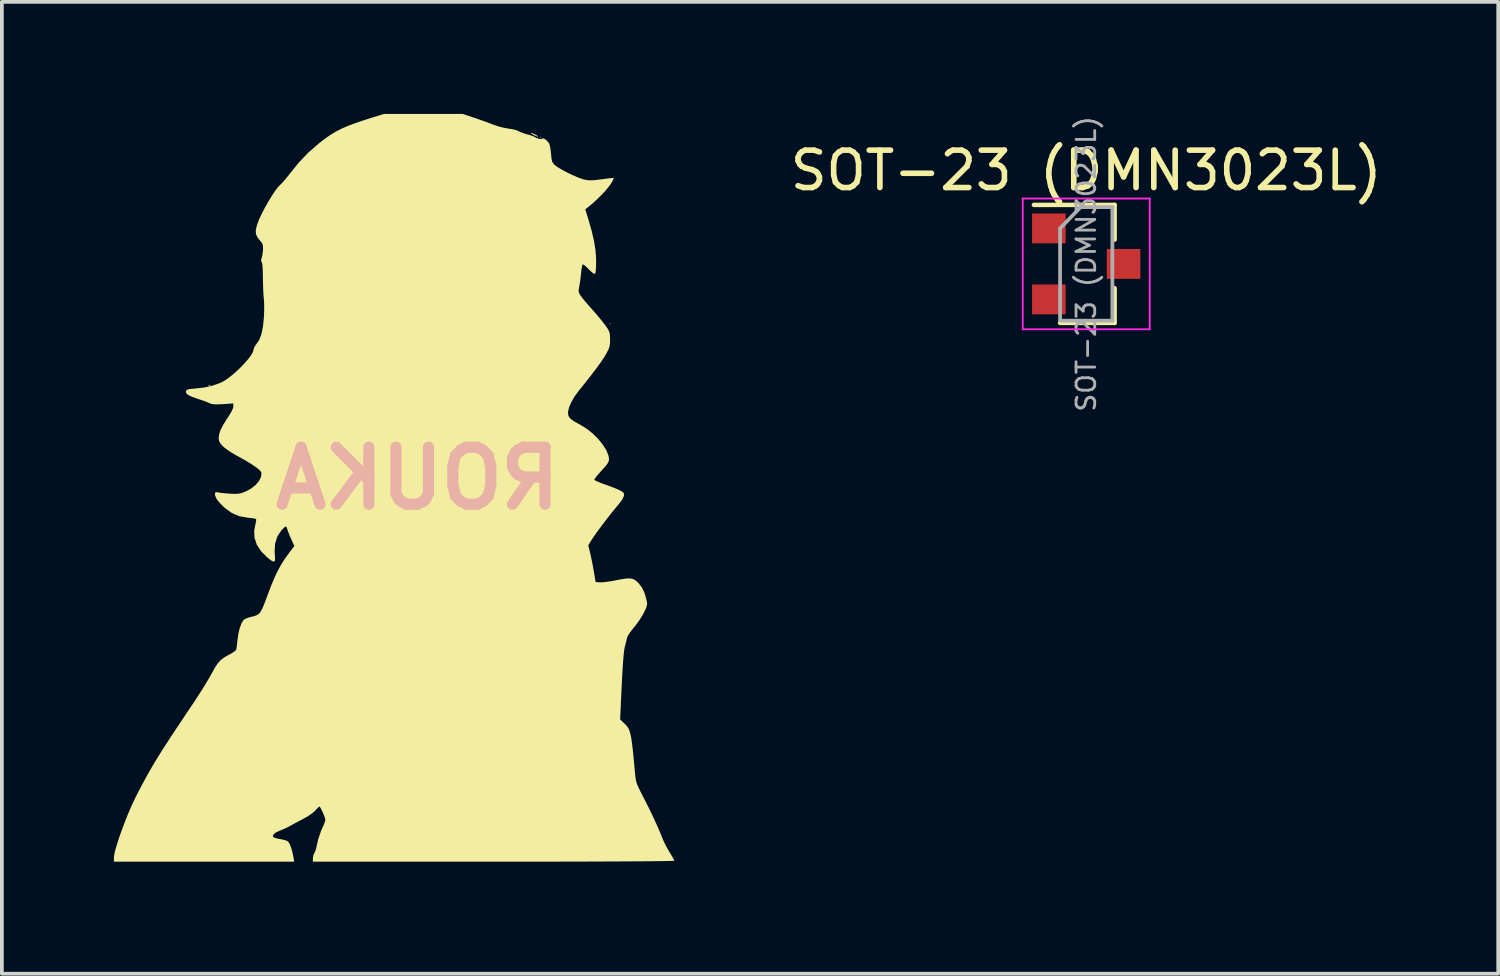
<source format=kicad_pcb>
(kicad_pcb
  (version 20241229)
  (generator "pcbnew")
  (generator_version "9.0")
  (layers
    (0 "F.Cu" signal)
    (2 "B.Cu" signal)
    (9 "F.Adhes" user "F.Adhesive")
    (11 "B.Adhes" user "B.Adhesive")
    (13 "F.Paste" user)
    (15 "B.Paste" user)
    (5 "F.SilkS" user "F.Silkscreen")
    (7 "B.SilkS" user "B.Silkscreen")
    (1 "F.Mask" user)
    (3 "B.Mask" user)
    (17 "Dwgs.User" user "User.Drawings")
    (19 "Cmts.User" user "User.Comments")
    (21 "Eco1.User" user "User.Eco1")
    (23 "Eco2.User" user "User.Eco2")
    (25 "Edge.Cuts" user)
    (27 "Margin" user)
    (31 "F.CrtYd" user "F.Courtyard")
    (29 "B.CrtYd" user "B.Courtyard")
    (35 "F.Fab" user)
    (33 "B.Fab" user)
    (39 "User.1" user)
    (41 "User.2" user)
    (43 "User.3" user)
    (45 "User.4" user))
  (footprint "ROUKA"
    (layer "F.Cu")
    (at 9.48 10.009)
    (property "Reference" "ROUKA" (at -1.35 -0.25 0) (layer "B.SilkS") (effects (font (size 1.524 1.524) (thickness 0.3)) (justify mirror)))
    (attr through_hole)
    (fp_poly (pts (xy 1.952 -9.382) (xy 1.938 -9.368) (xy 1.924 -9.382) (xy 1.938 -9.396)) (stroke (width 0) (type solid)) (fill yes) (layer "F.SilkS"))
    (fp_poly (pts (xy 3.82 -4.391) (xy 3.806 -4.377) (xy 3.792 -4.391) (xy 3.806 -4.405)) (stroke (width 0) (type solid)) (fill yes) (layer "F.SilkS"))
    (fp_poly (pts (xy -6.894 -2.749) (xy -6.903 -2.737) (xy -6.931 -2.735) (xy -6.961 -2.741) (xy -6.948 -2.751) (xy -6.904 -2.755)) (stroke (width 0) (type solid)) (fill yes) (layer "F.SilkS"))
    (fp_poly (pts (xy 1.713 -9.495) (xy 1.773 -9.47) (xy 1.803 -9.455) (xy 1.866 -9.418) (xy 1.881 -9.4) (xy 1.854 -9.404) (xy 1.788 -9.43) (xy 1.763 -9.442) (xy 1.706 -9.474) (xy 1.683 -9.497) (xy 1.683 -9.5)) (stroke (width 0) (type solid)) (fill yes) (layer "F.SilkS"))
    (fp_poly (pts (xy 0.158 -9.909) (xy 0.307 -9.857) (xy 0.463 -9.802) (xy 0.602 -9.75) (xy 0.669 -9.724) (xy 0.803 -9.678) (xy 0.952 -9.64) (xy 1.079 -9.617) (xy 1.189 -9.6) (xy 1.285 -9.576) (xy 1.347 -9.551) (xy 1.347 -9.55) (xy 1.411 -9.519) (xy 1.505 -9.485) (xy 1.576 -9.464) (xy 1.669 -9.438) (xy 1.74 -9.413) (xy 1.769 -9.399) (xy 1.829 -9.366) (xy 1.898 -9.343) (xy 1.958 -9.335) (xy 1.987 -9.348) (xy 2.012 -9.357) (xy 2.061 -9.334) (xy 2.117 -9.287) (xy 2.164 -9.232) (xy 2.185 -9.178) (xy 2.205 -9.086) (xy 2.22 -8.973) (xy 2.222 -8.945) (xy 2.233 -8.828) (xy 2.247 -8.752) (xy 2.268 -8.7) (xy 2.303 -8.658) (xy 2.322 -8.64) (xy 2.399 -8.584) (xy 2.514 -8.515) (xy 2.652 -8.442) (xy 2.799 -8.371) (xy 2.941 -8.31) (xy 3.063 -8.265) (xy 3.125 -8.248) (xy 3.211 -8.234) (xy 3.301 -8.231) (xy 3.412 -8.238) (xy 3.559 -8.257) (xy 3.584 -8.26) (xy 3.707 -8.277) (xy 3.809 -8.289) (xy 3.877 -8.294) (xy 3.9 -8.294) (xy 3.893 -8.266) (xy 3.864 -8.206) (xy 3.836 -8.156) (xy 3.771 -8.065) (xy 3.675 -7.95) (xy 3.557 -7.825) (xy 3.431 -7.7) (xy 3.306 -7.588) (xy 3.263 -7.554) (xy 3.139 -7.454) (xy 3.228 -7.164) (xy 3.312 -6.869) (xy 3.372 -6.61) (xy 3.41 -6.376) (xy 3.427 -6.153) (xy 3.429 -6.047) (xy 3.426 -5.891) (xy 3.417 -5.785) (xy 3.402 -5.732) (xy 3.397 -5.727) (xy 3.362 -5.736) (xy 3.302 -5.782) (xy 3.229 -5.852) (xy 3.16 -5.921) (xy 3.103 -5.968) (xy 3.071 -5.983) (xy 3.07 -5.982) (xy 3.056 -5.949) (xy 3.042 -5.875) (xy 3.029 -5.775) (xy 3.027 -5.751) (xy 3.013 -5.621) (xy 2.996 -5.491) (xy 2.978 -5.389) (xy 2.962 -5.3) (xy 2.964 -5.24) (xy 2.988 -5.184) (xy 3.018 -5.138) (xy 3.065 -5.075) (xy 3.14 -4.984) (xy 3.231 -4.878) (xy 3.317 -4.782) (xy 3.422 -4.662) (xy 3.528 -4.537) (xy 3.621 -4.421) (xy 3.673 -4.352) (xy 3.738 -4.259) (xy 3.776 -4.189) (xy 3.795 -4.123) (xy 3.802 -4.039) (xy 3.803 -3.975) (xy 3.8 -3.863) (xy 3.787 -3.777) (xy 3.755 -3.694) (xy 3.705 -3.596) (xy 3.64 -3.488) (xy 3.552 -3.357) (xy 3.437 -3.199) (xy 3.293 -3.01) (xy 3.117 -2.787) (xy 2.96 -2.592) (xy 2.851 -2.442) (xy 2.764 -2.291) (xy 2.704 -2.15) (xy 2.677 -2.032) (xy 2.677 -2.013) (xy 2.683 -1.945) (xy 2.709 -1.888) (xy 2.76 -1.834) (xy 2.846 -1.775) (xy 2.974 -1.703) (xy 3.011 -1.684) (xy 3.179 -1.58) (xy 3.339 -1.452) (xy 3.485 -1.307) (xy 3.608 -1.155) (xy 3.703 -1.004) (xy 3.76 -0.864) (xy 3.775 -0.765) (xy 3.768 -0.715) (xy 3.742 -0.66) (xy 3.691 -0.591) (xy 3.607 -0.496) (xy 3.573 -0.459) (xy 3.491 -0.368) (xy 3.427 -0.29) (xy 3.389 -0.234) (xy 3.381 -0.213) (xy 3.41 -0.193) (xy 3.481 -0.16) (xy 3.582 -0.119) (xy 3.682 -0.083) (xy 3.876 -0.013) (xy 4.019 0.046) (xy 4.114 0.094) (xy 4.165 0.135) (xy 4.169 0.141) (xy 4.177 0.206) (xy 4.138 0.299) (xy 4.052 0.419) (xy 4.012 0.466) (xy 3.923 0.571) (xy 3.817 0.704) (xy 3.701 0.852) (xy 3.585 1.005) (xy 3.476 1.152) (xy 3.384 1.281) (xy 3.316 1.382) (xy 3.302 1.405) (xy 3.219 1.542) (xy 3.268 1.74) (xy 3.294 1.857) (xy 3.325 2.005) (xy 3.354 2.159) (xy 3.366 2.231) (xy 3.416 2.523) (xy 3.53 2.532) (xy 3.607 2.53) (xy 3.72 2.517) (xy 3.85 2.497) (xy 3.924 2.483) (xy 4.101 2.449) (xy 4.235 2.429) (xy 4.334 2.426) (xy 4.411 2.44) (xy 4.474 2.472) (xy 4.535 2.523) (xy 4.562 2.55) (xy 4.654 2.666) (xy 4.719 2.802) (xy 4.738 2.86) (xy 4.768 2.963) (xy 4.788 3.053) (xy 4.796 3.108) (xy 4.779 3.186) (xy 4.733 3.294) (xy 4.665 3.421) (xy 4.581 3.554) (xy 4.489 3.681) (xy 4.434 3.748) (xy 4.33 3.879) (xy 4.268 3.983) (xy 4.25 4.04) (xy 4.231 4.132) (xy 4.203 4.238) (xy 4.195 4.266) (xy 4.182 4.336) (xy 4.167 4.458) (xy 4.153 4.63) (xy 4.138 4.849) (xy 4.123 5.11) (xy 4.114 5.296) (xy 4.072 6.2) (xy 4.192 6.316) (xy 4.234 6.358) (xy 4.27 6.402) (xy 4.3 6.453) (xy 4.326 6.516) (xy 4.349 6.597) (xy 4.37 6.702) (xy 4.389 6.836) (xy 4.41 7.004) (xy 4.431 7.213) (xy 4.455 7.467) (xy 4.476 7.695) (xy 4.486 7.781) (xy 4.501 7.856) (xy 4.525 7.934) (xy 4.564 8.025) (xy 4.621 8.141) (xy 4.7 8.295) (xy 4.7 8.295) (xy 4.832 8.554) (xy 4.96 8.819) (xy 5.076 9.074) (xy 5.174 9.304) (xy 5.216 9.411) (xy 5.257 9.503) (xy 5.317 9.62) (xy 5.384 9.737) (xy 5.395 9.755) (xy 5.452 9.85) (xy 5.495 9.928) (xy 5.519 9.976) (xy 5.521 9.984) (xy 5.493 9.987) (xy 5.412 9.99) (xy 5.279 9.993) (xy 5.097 9.995) (xy 4.867 9.998) (xy 4.592 10) (xy 4.273 10.002) (xy 3.914 10.004) (xy 3.515 10.005) (xy 3.079 10.007) (xy 2.608 10.008) (xy 2.105 10.009) (xy 1.57 10.009) (xy 1.007 10.009) (xy 0.683 10.009) (xy -4.154 10.009) (xy -4.153 9.919) (xy -4.141 9.838) (xy -4.114 9.777) (xy -4.084 9.717) (xy -4.061 9.631) (xy -4.057 9.61) (xy -4.011 9.407) (xy -3.938 9.194) (xy -3.887 9.077) (xy -3.849 8.99) (xy -3.825 8.916) (xy -3.82 8.887) (xy -3.83 8.839) (xy -3.857 8.765) (xy -3.893 8.681) (xy -3.93 8.604) (xy -3.962 8.549) (xy -3.979 8.532) (xy -4.005 8.551) (xy -4.053 8.6) (xy -4.086 8.637) (xy -4.166 8.71) (xy -4.287 8.793) (xy -4.437 8.877) (xy -4.556 8.939) (xy -4.665 8.997) (xy -4.748 9.043) (xy -4.782 9.062) (xy -4.855 9.1) (xy -4.955 9.145) (xy -5.026 9.173) (xy -5.136 9.223) (xy -5.204 9.274) (xy -5.227 9.321) (xy -5.201 9.359) (xy -5.193 9.363) (xy -5.137 9.382) (xy -5.051 9.401) (xy -5.005 9.409) (xy -4.913 9.429) (xy -4.838 9.458) (xy -4.816 9.473) (xy -4.776 9.532) (xy -4.736 9.635) (xy -4.699 9.768) (xy -4.671 9.905) (xy -4.654 10.009) (xy -9.48 10.009) (xy -9.48 9.886) (xy -9.469 9.805) (xy -9.439 9.682) (xy -9.392 9.525) (xy -9.333 9.343) (xy -9.263 9.145) (xy -9.185 8.94) (xy -9.104 8.736) (xy -9.021 8.542) (xy -8.98 8.45) (xy -8.907 8.298) (xy -8.814 8.115) (xy -8.71 7.918) (xy -8.605 7.725) (xy -8.534 7.6) (xy -8.466 7.481) (xy -8.399 7.367) (xy -8.329 7.252) (xy -8.255 7.132) (xy -8.173 7.001) (xy -8.078 6.855) (xy -7.969 6.687) (xy -7.841 6.493) (xy -7.691 6.268) (xy -7.517 6.007) (xy -7.33 5.729) (xy -7.221 5.561) (xy -7.11 5.388) (xy -7.007 5.22) (xy -6.92 5.073) (xy -6.861 4.967) (xy -6.775 4.814) (xy -6.7 4.7) (xy -6.623 4.614) (xy -6.533 4.544) (xy -6.419 4.479) (xy -6.384 4.461) (xy -6.299 4.412) (xy -6.235 4.367) (xy -6.208 4.338) (xy -6.198 4.291) (xy -6.186 4.206) (xy -6.175 4.098) (xy -6.173 4.079) (xy -6.15 3.914) (xy -6.114 3.762) (xy -6.067 3.636) (xy -6.016 3.548) (xy -6 3.532) (xy -5.945 3.5) (xy -5.86 3.469) (xy -5.816 3.458) (xy -5.729 3.437) (xy -5.662 3.413) (xy -5.607 3.38) (xy -5.561 3.328) (xy -5.516 3.251) (xy -5.468 3.142) (xy -5.411 2.993) (xy -5.365 2.869) (xy -5.269 2.616) (xy -5.181 2.404) (xy -5.095 2.223) (xy -5.006 2.061) (xy -4.907 1.905) (xy -4.791 1.744) (xy -4.773 1.72) (xy -4.65 1.557) (xy -4.735 1.371) (xy -4.78 1.267) (xy -4.817 1.173) (xy -4.839 1.109) (xy -4.839 1.108) (xy -4.859 1.053) (xy -4.88 1.032) (xy -4.909 1.051) (xy -4.961 1.102) (xy -5.004 1.149) (xy -5.107 1.309) (xy -5.165 1.493) (xy -5.177 1.706) (xy -5.173 1.774) (xy -5.165 1.892) (xy -5.174 1.96) (xy -5.204 1.979) (xy -5.261 1.952) (xy -5.352 1.883) (xy -5.367 1.871) (xy -5.539 1.702) (xy -5.655 1.524) (xy -5.717 1.338) (xy -5.724 1.144) (xy -5.703 1.03) (xy -5.683 0.938) (xy -5.672 0.868) (xy -5.673 0.838) (xy -5.705 0.826) (xy -5.778 0.813) (xy -5.878 0.802) (xy -5.896 0.801) (xy -6.123 0.761) (xy -6.326 0.674) (xy -6.515 0.536) (xy -6.543 0.51) (xy -6.661 0.39) (xy -6.735 0.292) (xy -6.771 0.21) (xy -6.775 0.171) (xy -6.769 0.128) (xy -6.741 0.116) (xy -6.685 0.125) (xy -6.614 0.136) (xy -6.508 0.147) (xy -6.386 0.157) (xy -6.359 0.158) (xy -6.235 0.163) (xy -6.143 0.158) (xy -6.063 0.141) (xy -5.973 0.107) (xy -5.949 0.097) (xy -5.805 0.019) (xy -5.684 -0.078) (xy -5.593 -0.186) (xy -5.54 -0.295) (xy -5.531 -0.397) (xy -5.534 -0.411) (xy -5.569 -0.463) (xy -5.654 -0.535) (xy -5.783 -0.624) (xy -5.955 -0.729) (xy -6.167 -0.847) (xy -6.202 -0.866) (xy -6.324 -0.937) (xy -6.441 -1.014) (xy -6.534 -1.086) (xy -6.566 -1.115) (xy -6.632 -1.189) (xy -6.665 -1.25) (xy -6.675 -1.318) (xy -6.675 -1.347) (xy -6.662 -1.44) (xy -6.626 -1.546) (xy -6.561 -1.674) (xy -6.465 -1.831) (xy -6.411 -1.912) (xy -6.334 -2.038) (xy -6.291 -2.134) (xy -6.283 -2.183) (xy -6.287 -2.258) (xy -6.559 -2.24) (xy -6.699 -2.233) (xy -6.796 -2.235) (xy -6.867 -2.245) (xy -6.922 -2.266) (xy -6.989 -2.294) (xy -7.092 -2.333) (xy -7.212 -2.374) (xy -7.261 -2.39) (xy -7.403 -2.441) (xy -7.495 -2.486) (xy -7.544 -2.53) (xy -7.555 -2.577) (xy -7.548 -2.6) (xy -7.524 -2.623) (xy -7.467 -2.64) (xy -7.367 -2.653) (xy -7.272 -2.661) (xy -7.049 -2.687) (xy -6.849 -2.732) (xy -6.641 -2.805) (xy -6.622 -2.813) (xy -6.518 -2.868) (xy -6.398 -2.951) (xy -6.268 -3.057) (xy -6.138 -3.175) (xy -6.015 -3.299) (xy -5.906 -3.421) (xy -5.819 -3.533) (xy -5.762 -3.628) (xy -5.744 -3.693) (xy -5.725 -3.759) (xy -5.68 -3.83) (xy -5.675 -3.835) (xy -5.593 -3.953) (xy -5.532 -4.111) (xy -5.49 -4.314) (xy -5.465 -4.559) (xy -5.459 -4.711) (xy -5.457 -4.864) (xy -5.461 -4.997) (xy -5.468 -5.074) (xy -5.477 -5.173) (xy -5.484 -5.31) (xy -5.489 -5.467) (xy -5.492 -5.627) (xy -5.492 -5.633) (xy -5.495 -5.812) (xy -5.502 -5.942) (xy -5.514 -6.021) (xy -5.525 -6.043) (xy -5.542 -6.085) (xy -5.526 -6.151) (xy -5.525 -6.153) (xy -5.506 -6.228) (xy -5.492 -6.328) (xy -5.488 -6.378) (xy -5.49 -6.474) (xy -5.507 -6.539) (xy -5.549 -6.595) (xy -5.554 -6.601) (xy -5.635 -6.7) (xy -5.677 -6.79) (xy -5.683 -6.889) (xy -5.656 -7.014) (xy -5.641 -7.062) (xy -5.592 -7.189) (xy -5.522 -7.339) (xy -5.438 -7.501) (xy -5.345 -7.665) (xy -5.251 -7.819) (xy -5.162 -7.953) (xy -5.084 -8.055) (xy -5.034 -8.106) (xy -4.976 -8.163) (xy -4.899 -8.25) (xy -4.815 -8.353) (xy -4.774 -8.406) (xy -4.53 -8.708) (xy -4.281 -8.969) (xy -4.011 -9.206) (xy -3.992 -9.221) (xy -3.836 -9.342) (xy -3.689 -9.444) (xy -3.544 -9.533) (xy -3.39 -9.612) (xy -3.217 -9.688) (xy -3.016 -9.763) (xy -2.778 -9.844) (xy -2.568 -9.911) (xy -2.251 -10.009) (xy -0.144 -10.009)) (stroke (width 0) (type solid)) (fill yes) (layer "F.SilkS")))
  (footprint "SOT-23 (DMN3023L)"
    (layer "F.Cu")
    (at 26.03 4.015)
    (property "Reference" "SOT-23 (DMN3023L)" (at 0 -2.5 0) (layer "F.SilkS") (effects (font (size 1 1) (thickness 0.15))))
    (attr smd)
    (fp_line (start 0.76 -1.58) (end -1.4 -1.58) (stroke (width 0.12) (type solid)) (layer "F.SilkS"))
    (fp_line (start 0.76 -1.58) (end 0.76 -0.65) (stroke (width 0.12) (type solid)) (layer "F.SilkS"))
    (fp_line (start 0.76 1.58) (end -0.7 1.58) (stroke (width 0.12) (type solid)) (layer "F.SilkS"))
    (fp_line (start 0.76 1.58) (end 0.76 0.65) (stroke (width 0.12) (type solid)) (layer "F.SilkS"))
    (fp_line (start -1.7 -1.75) (end 1.7 -1.75) (stroke (width 0.05) (type solid)) (layer "F.CrtYd"))
    (fp_line (start -1.7 1.75) (end -1.7 -1.75) (stroke (width 0.05) (type solid)) (layer "F.CrtYd"))
    (fp_line (start 1.7 -1.75) (end 1.7 1.75) (stroke (width 0.05) (type solid)) (layer "F.CrtYd"))
    (fp_line (start 1.7 1.75) (end -1.7 1.75) (stroke (width 0.05) (type solid)) (layer "F.CrtYd"))
    (fp_line (start -0.7 -0.95) (end -0.7 1.5) (stroke (width 0.1) (type solid)) (layer "F.Fab"))
    (fp_line (start -0.7 -0.95) (end -0.15 -1.52) (stroke (width 0.1) (type solid)) (layer "F.Fab"))
    (fp_line (start -0.7 1.52) (end 0.7 1.52) (stroke (width 0.1) (type solid)) (layer "F.Fab"))
    (fp_line (start -0.15 -1.52) (end 0.7 -1.52) (stroke (width 0.1) (type solid)) (layer "F.Fab"))
    (fp_line (start 0.7 -1.52) (end 0.7 1.52) (stroke (width 0.1) (type solid)) (layer "F.Fab"))
    (fp_text user "${REFERENCE}" (at 0 0 90) (layer "F.Fab") (effects (font (size 0.5 0.5) (thickness 0.075))))
    (pad "1" smd rect (at 1 0) (size 0.9 0.8) (layers "F.Cu" "F.Mask" "F.Paste"))
    (pad "2" smd rect (at -1 -0.95) (size 0.9 0.8) (layers "F.Cu" "F.Mask" "F.Paste"))
    (pad "3" smd rect (at -1 0.95) (size 0.9 0.8) (layers "F.Cu" "F.Mask" "F.Paste")))
  (gr_rect
    (start -3 -3)
    (end 37.06 23.019)
    (stroke (width 0.1) (type default))
    (fill no)
    (layer "Edge.Cuts")))
</source>
